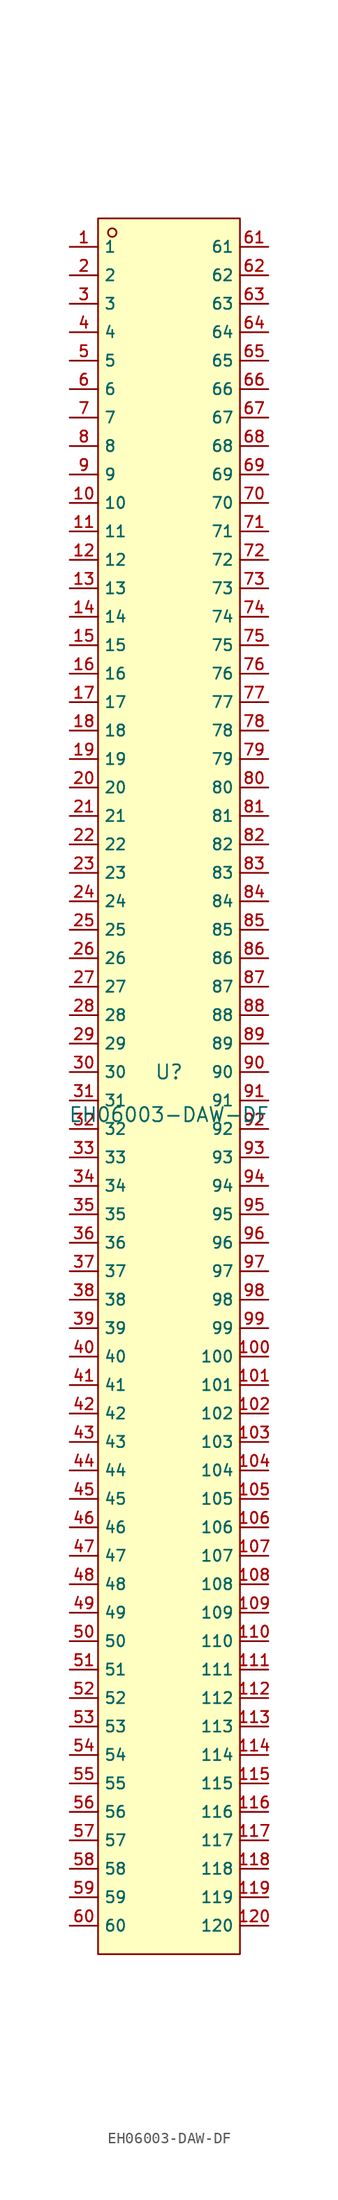
<source format=kicad_sym>
(kicad_symbol_lib
  (version 20210201)
  (generator TousstNicolas/JLC2KiCad_lib)
  (symbol "EH06003-DAW-DF"
    (property "Reference" "U"
      (at 0 1.27 0)
      (effects (font (size 1.27 1.27))))
    (property "Value" "EH06003-DAW-DF"
      (at 0 -2.54 0)
      (effects (font (size 1.27 1.27))))
    (symbol "EH06003-DAW-DF_0_1"
      (rectangle (start -6.35 77.47) (end 6.35 -77.47) (stroke (width 0) (type default) (color 0 0 0 0)) (fill (type background)))
      (circle (center -5.08 76.2) (radius 0.381) (stroke (width 0) (type default) (color 0 0 0 0)) (fill (type background)))
      (pin unspecified line (at -8.89 74.93 0) (length 2.54) (name "1" (effects (font (size 1 1)))) (number "1" (effects (font (size 1 1)))))
      (pin unspecified line (at -8.89 72.39 0) (length 2.54) (name "2" (effects (font (size 1 1)))) (number "2" (effects (font (size 1 1)))))
      (pin unspecified line (at -8.89 69.85 0) (length 2.54) (name "3" (effects (font (size 1 1)))) (number "3" (effects (font (size 1 1)))))
      (pin unspecified line (at -8.89 67.31 0) (length 2.54) (name "4" (effects (font (size 1 1)))) (number "4" (effects (font (size 1 1)))))
      (pin unspecified line (at -8.89 64.77 0) (length 2.54) (name "5" (effects (font (size 1 1)))) (number "5" (effects (font (size 1 1)))))
      (pin unspecified line (at -8.89 62.23 0) (length 2.54) (name "6" (effects (font (size 1 1)))) (number "6" (effects (font (size 1 1)))))
      (pin unspecified line (at -8.89 59.69 0) (length 2.54) (name "7" (effects (font (size 1 1)))) (number "7" (effects (font (size 1 1)))))
      (pin unspecified line (at -8.89 57.15 0) (length 2.54) (name "8" (effects (font (size 1 1)))) (number "8" (effects (font (size 1 1)))))
      (pin unspecified line (at -8.89 54.61 0) (length 2.54) (name "9" (effects (font (size 1 1)))) (number "9" (effects (font (size 1 1)))))
      (pin unspecified line (at -8.89 52.07 0) (length 2.54) (name "10" (effects (font (size 1 1)))) (number "10" (effects (font (size 1 1)))))
      (pin unspecified line (at -8.89 49.53 0) (length 2.54) (name "11" (effects (font (size 1 1)))) (number "11" (effects (font (size 1 1)))))
      (pin unspecified line (at -8.89 46.99 0) (length 2.54) (name "12" (effects (font (size 1 1)))) (number "12" (effects (font (size 1 1)))))
      (pin unspecified line (at -8.89 44.45 0) (length 2.54) (name "13" (effects (font (size 1 1)))) (number "13" (effects (font (size 1 1)))))
      (pin unspecified line (at -8.89 41.91 0) (length 2.54) (name "14" (effects (font (size 1 1)))) (number "14" (effects (font (size 1 1)))))
      (pin unspecified line (at -8.89 39.37 0) (length 2.54) (name "15" (effects (font (size 1 1)))) (number "15" (effects (font (size 1 1)))))
      (pin unspecified line (at -8.89 36.83 0) (length 2.54) (name "16" (effects (font (size 1 1)))) (number "16" (effects (font (size 1 1)))))
      (pin unspecified line (at -8.89 34.29 0) (length 2.54) (name "17" (effects (font (size 1 1)))) (number "17" (effects (font (size 1 1)))))
      (pin unspecified line (at -8.89 31.75 0) (length 2.54) (name "18" (effects (font (size 1 1)))) (number "18" (effects (font (size 1 1)))))
      (pin unspecified line (at -8.89 29.21 0) (length 2.54) (name "19" (effects (font (size 1 1)))) (number "19" (effects (font (size 1 1)))))
      (pin unspecified line (at -8.89 26.67 0) (length 2.54) (name "20" (effects (font (size 1 1)))) (number "20" (effects (font (size 1 1)))))
      (pin unspecified line (at -8.89 24.13 0) (length 2.54) (name "21" (effects (font (size 1 1)))) (number "21" (effects (font (size 1 1)))))
      (pin unspecified line (at -8.89 21.59 0) (length 2.54) (name "22" (effects (font (size 1 1)))) (number "22" (effects (font (size 1 1)))))
      (pin unspecified line (at -8.89 19.05 0) (length 2.54) (name "23" (effects (font (size 1 1)))) (number "23" (effects (font (size 1 1)))))
      (pin unspecified line (at -8.89 16.51 0) (length 2.54) (name "24" (effects (font (size 1 1)))) (number "24" (effects (font (size 1 1)))))
      (pin unspecified line (at -8.89 13.97 0) (length 2.54) (name "25" (effects (font (size 1 1)))) (number "25" (effects (font (size 1 1)))))
      (pin unspecified line (at -8.89 11.43 0) (length 2.54) (name "26" (effects (font (size 1 1)))) (number "26" (effects (font (size 1 1)))))
      (pin unspecified line (at -8.89 8.89 0) (length 2.54) (name "27" (effects (font (size 1 1)))) (number "27" (effects (font (size 1 1)))))
      (pin unspecified line (at -8.89 6.35 0) (length 2.54) (name "28" (effects (font (size 1 1)))) (number "28" (effects (font (size 1 1)))))
      (pin unspecified line (at -8.89 3.81 0) (length 2.54) (name "29" (effects (font (size 1 1)))) (number "29" (effects (font (size 1 1)))))
      (pin unspecified line (at -8.89 1.27 0) (length 2.54) (name "30" (effects (font (size 1 1)))) (number "30" (effects (font (size 1 1)))))
      (pin unspecified line (at -8.89 -1.27 0) (length 2.54) (name "31" (effects (font (size 1 1)))) (number "31" (effects (font (size 1 1)))))
      (pin unspecified line (at -8.89 -3.81 0) (length 2.54) (name "32" (effects (font (size 1 1)))) (number "32" (effects (font (size 1 1)))))
      (pin unspecified line (at -8.89 -6.35 0) (length 2.54) (name "33" (effects (font (size 1 1)))) (number "33" (effects (font (size 1 1)))))
      (pin unspecified line (at -8.89 -8.89 0) (length 2.54) (name "34" (effects (font (size 1 1)))) (number "34" (effects (font (size 1 1)))))
      (pin unspecified line (at -8.89 -11.43 0) (length 2.54) (name "35" (effects (font (size 1 1)))) (number "35" (effects (font (size 1 1)))))
      (pin unspecified line (at -8.89 -13.97 0) (length 2.54) (name "36" (effects (font (size 1 1)))) (number "36" (effects (font (size 1 1)))))
      (pin unspecified line (at -8.89 -16.51 0) (length 2.54) (name "37" (effects (font (size 1 1)))) (number "37" (effects (font (size 1 1)))))
      (pin unspecified line (at -8.89 -19.05 0) (length 2.54) (name "38" (effects (font (size 1 1)))) (number "38" (effects (font (size 1 1)))))
      (pin unspecified line (at -8.89 -21.59 0) (length 2.54) (name "39" (effects (font (size 1 1)))) (number "39" (effects (font (size 1 1)))))
      (pin unspecified line (at -8.89 -24.13 0) (length 2.54) (name "40" (effects (font (size 1 1)))) (number "40" (effects (font (size 1 1)))))
      (pin unspecified line (at -8.89 -26.67 0) (length 2.54) (name "41" (effects (font (size 1 1)))) (number "41" (effects (font (size 1 1)))))
      (pin unspecified line (at -8.89 -29.21 0) (length 2.54) (name "42" (effects (font (size 1 1)))) (number "42" (effects (font (size 1 1)))))
      (pin unspecified line (at -8.89 -31.75 0) (length 2.54) (name "43" (effects (font (size 1 1)))) (number "43" (effects (font (size 1 1)))))
      (pin unspecified line (at -8.89 -34.29 0) (length 2.54) (name "44" (effects (font (size 1 1)))) (number "44" (effects (font (size 1 1)))))
      (pin unspecified line (at -8.89 -36.83 0) (length 2.54) (name "45" (effects (font (size 1 1)))) (number "45" (effects (font (size 1 1)))))
      (pin unspecified line (at -8.89 -39.37 0) (length 2.54) (name "46" (effects (font (size 1 1)))) (number "46" (effects (font (size 1 1)))))
      (pin unspecified line (at -8.89 -41.91 0) (length 2.54) (name "47" (effects (font (size 1 1)))) (number "47" (effects (font (size 1 1)))))
      (pin unspecified line (at -8.89 -44.45 0) (length 2.54) (name "48" (effects (font (size 1 1)))) (number "48" (effects (font (size 1 1)))))
      (pin unspecified line (at -8.89 -46.99 0) (length 2.54) (name "49" (effects (font (size 1 1)))) (number "49" (effects (font (size 1 1)))))
      (pin unspecified line (at -8.89 -49.53 0) (length 2.54) (name "50" (effects (font (size 1 1)))) (number "50" (effects (font (size 1 1)))))
      (pin unspecified line (at -8.89 -52.07 0) (length 2.54) (name "51" (effects (font (size 1 1)))) (number "51" (effects (font (size 1 1)))))
      (pin unspecified line (at -8.89 -54.61 0) (length 2.54) (name "52" (effects (font (size 1 1)))) (number "52" (effects (font (size 1 1)))))
      (pin unspecified line (at -8.89 -57.15 0) (length 2.54) (name "53" (effects (font (size 1 1)))) (number "53" (effects (font (size 1 1)))))
      (pin unspecified line (at -8.89 -59.69 0) (length 2.54) (name "54" (effects (font (size 1 1)))) (number "54" (effects (font (size 1 1)))))
      (pin unspecified line (at -8.89 -62.23 0) (length 2.54) (name "55" (effects (font (size 1 1)))) (number "55" (effects (font (size 1 1)))))
      (pin unspecified line (at -8.89 -64.77 0) (length 2.54) (name "56" (effects (font (size 1 1)))) (number "56" (effects (font (size 1 1)))))
      (pin unspecified line (at -8.89 -67.31 0) (length 2.54) (name "57" (effects (font (size 1 1)))) (number "57" (effects (font (size 1 1)))))
      (pin unspecified line (at -8.89 -69.85 0) (length 2.54) (name "58" (effects (font (size 1 1)))) (number "58" (effects (font (size 1 1)))))
      (pin unspecified line (at -8.89 -72.39 0) (length 2.54) (name "59" (effects (font (size 1 1)))) (number "59" (effects (font (size 1 1)))))
      (pin unspecified line (at -8.89 -74.93 0) (length 2.54) (name "60" (effects (font (size 1 1)))) (number "60" (effects (font (size 1 1)))))
      (pin unspecified line (at 8.89 74.93 180) (length 2.54) (name "61" (effects (font (size 1 1)))) (number "61" (effects (font (size 1 1)))))
      (pin unspecified line (at 8.89 72.39 180) (length 2.54) (name "62" (effects (font (size 1 1)))) (number "62" (effects (font (size 1 1)))))
      (pin unspecified line (at 8.89 69.85 180) (length 2.54) (name "63" (effects (font (size 1 1)))) (number "63" (effects (font (size 1 1)))))
      (pin unspecified line (at 8.89 67.31 180) (length 2.54) (name "64" (effects (font (size 1 1)))) (number "64" (effects (font (size 1 1)))))
      (pin unspecified line (at 8.89 64.77 180) (length 2.54) (name "65" (effects (font (size 1 1)))) (number "65" (effects (font (size 1 1)))))
      (pin unspecified line (at 8.89 62.23 180) (length 2.54) (name "66" (effects (font (size 1 1)))) (number "66" (effects (font (size 1 1)))))
      (pin unspecified line (at 8.89 59.69 180) (length 2.54) (name "67" (effects (font (size 1 1)))) (number "67" (effects (font (size 1 1)))))
      (pin unspecified line (at 8.89 57.15 180) (length 2.54) (name "68" (effects (font (size 1 1)))) (number "68" (effects (font (size 1 1)))))
      (pin unspecified line (at 8.89 54.61 180) (length 2.54) (name "69" (effects (font (size 1 1)))) (number "69" (effects (font (size 1 1)))))
      (pin unspecified line (at 8.89 52.07 180) (length 2.54) (name "70" (effects (font (size 1 1)))) (number "70" (effects (font (size 1 1)))))
      (pin unspecified line (at 8.89 49.53 180) (length 2.54) (name "71" (effects (font (size 1 1)))) (number "71" (effects (font (size 1 1)))))
      (pin unspecified line (at 8.89 46.99 180) (length 2.54) (name "72" (effects (font (size 1 1)))) (number "72" (effects (font (size 1 1)))))
      (pin unspecified line (at 8.89 44.45 180) (length 2.54) (name "73" (effects (font (size 1 1)))) (number "73" (effects (font (size 1 1)))))
      (pin unspecified line (at 8.89 41.91 180) (length 2.54) (name "74" (effects (font (size 1 1)))) (number "74" (effects (font (size 1 1)))))
      (pin unspecified line (at 8.89 39.37 180) (length 2.54) (name "75" (effects (font (size 1 1)))) (number "75" (effects (font (size 1 1)))))
      (pin unspecified line (at 8.89 36.83 180) (length 2.54) (name "76" (effects (font (size 1 1)))) (number "76" (effects (font (size 1 1)))))
      (pin unspecified line (at 8.89 34.29 180) (length 2.54) (name "77" (effects (font (size 1 1)))) (number "77" (effects (font (size 1 1)))))
      (pin unspecified line (at 8.89 31.75 180) (length 2.54) (name "78" (effects (font (size 1 1)))) (number "78" (effects (font (size 1 1)))))
      (pin unspecified line (at 8.89 29.21 180) (length 2.54) (name "79" (effects (font (size 1 1)))) (number "79" (effects (font (size 1 1)))))
      (pin unspecified line (at 8.89 26.67 180) (length 2.54) (name "80" (effects (font (size 1 1)))) (number "80" (effects (font (size 1 1)))))
      (pin unspecified line (at 8.89 24.13 180) (length 2.54) (name "81" (effects (font (size 1 1)))) (number "81" (effects (font (size 1 1)))))
      (pin unspecified line (at 8.89 21.59 180) (length 2.54) (name "82" (effects (font (size 1 1)))) (number "82" (effects (font (size 1 1)))))
      (pin unspecified line (at 8.89 19.05 180) (length 2.54) (name "83" (effects (font (size 1 1)))) (number "83" (effects (font (size 1 1)))))
      (pin unspecified line (at 8.89 16.51 180) (length 2.54) (name "84" (effects (font (size 1 1)))) (number "84" (effects (font (size 1 1)))))
      (pin unspecified line (at 8.89 13.97 180) (length 2.54) (name "85" (effects (font (size 1 1)))) (number "85" (effects (font (size 1 1)))))
      (pin unspecified line (at 8.89 11.43 180) (length 2.54) (name "86" (effects (font (size 1 1)))) (number "86" (effects (font (size 1 1)))))
      (pin unspecified line (at 8.89 8.89 180) (length 2.54) (name "87" (effects (font (size 1 1)))) (number "87" (effects (font (size 1 1)))))
      (pin unspecified line (at 8.89 6.35 180) (length 2.54) (name "88" (effects (font (size 1 1)))) (number "88" (effects (font (size 1 1)))))
      (pin unspecified line (at 8.89 3.81 180) (length 2.54) (name "89" (effects (font (size 1 1)))) (number "89" (effects (font (size 1 1)))))
      (pin unspecified line (at 8.89 1.27 180) (length 2.54) (name "90" (effects (font (size 1 1)))) (number "90" (effects (font (size 1 1)))))
      (pin unspecified line (at 8.89 -1.27 180) (length 2.54) (name "91" (effects (font (size 1 1)))) (number "91" (effects (font (size 1 1)))))
      (pin unspecified line (at 8.89 -3.81 180) (length 2.54) (name "92" (effects (font (size 1 1)))) (number "92" (effects (font (size 1 1)))))
      (pin unspecified line (at 8.89 -6.35 180) (length 2.54) (name "93" (effects (font (size 1 1)))) (number "93" (effects (font (size 1 1)))))
      (pin unspecified line (at 8.89 -8.89 180) (length 2.54) (name "94" (effects (font (size 1 1)))) (number "94" (effects (font (size 1 1)))))
      (pin unspecified line (at 8.89 -11.43 180) (length 2.54) (name "95" (effects (font (size 1 1)))) (number "95" (effects (font (size 1 1)))))
      (pin unspecified line (at 8.89 -13.97 180) (length 2.54) (name "96" (effects (font (size 1 1)))) (number "96" (effects (font (size 1 1)))))
      (pin unspecified line (at 8.89 -16.51 180) (length 2.54) (name "97" (effects (font (size 1 1)))) (number "97" (effects (font (size 1 1)))))
      (pin unspecified line (at 8.89 -19.05 180) (length 2.54) (name "98" (effects (font (size 1 1)))) (number "98" (effects (font (size 1 1)))))
      (pin unspecified line (at 8.89 -21.59 180) (length 2.54) (name "99" (effects (font (size 1 1)))) (number "99" (effects (font (size 1 1)))))
      (pin unspecified line (at 8.89 -24.13 180) (length 2.54) (name "100" (effects (font (size 1 1)))) (number "100" (effects (font (size 1 1)))))
      (pin unspecified line (at 8.89 -26.67 180) (length 2.54) (name "101" (effects (font (size 1 1)))) (number "101" (effects (font (size 1 1)))))
      (pin unspecified line (at 8.89 -29.21 180) (length 2.54) (name "102" (effects (font (size 1 1)))) (number "102" (effects (font (size 1 1)))))
      (pin unspecified line (at 8.89 -31.75 180) (length 2.54) (name "103" (effects (font (size 1 1)))) (number "103" (effects (font (size 1 1)))))
      (pin unspecified line (at 8.89 -34.29 180) (length 2.54) (name "104" (effects (font (size 1 1)))) (number "104" (effects (font (size 1 1)))))
      (pin unspecified line (at 8.89 -36.83 180) (length 2.54) (name "105" (effects (font (size 1 1)))) (number "105" (effects (font (size 1 1)))))
      (pin unspecified line (at 8.89 -39.37 180) (length 2.54) (name "106" (effects (font (size 1 1)))) (number "106" (effects (font (size 1 1)))))
      (pin unspecified line (at 8.89 -41.91 180) (length 2.54) (name "107" (effects (font (size 1 1)))) (number "107" (effects (font (size 1 1)))))
      (pin unspecified line (at 8.89 -44.45 180) (length 2.54) (name "108" (effects (font (size 1 1)))) (number "108" (effects (font (size 1 1)))))
      (pin unspecified line (at 8.89 -46.99 180) (length 2.54) (name "109" (effects (font (size 1 1)))) (number "109" (effects (font (size 1 1)))))
      (pin unspecified line (at 8.89 -49.53 180) (length 2.54) (name "110" (effects (font (size 1 1)))) (number "110" (effects (font (size 1 1)))))
      (pin unspecified line (at 8.89 -52.07 180) (length 2.54) (name "111" (effects (font (size 1 1)))) (number "111" (effects (font (size 1 1)))))
      (pin unspecified line (at 8.89 -54.61 180) (length 2.54) (name "112" (effects (font (size 1 1)))) (number "112" (effects (font (size 1 1)))))
      (pin unspecified line (at 8.89 -57.15 180) (length 2.54) (name "113" (effects (font (size 1 1)))) (number "113" (effects (font (size 1 1)))))
      (pin unspecified line (at 8.89 -59.69 180) (length 2.54) (name "114" (effects (font (size 1 1)))) (number "114" (effects (font (size 1 1)))))
      (pin unspecified line (at 8.89 -62.23 180) (length 2.54) (name "115" (effects (font (size 1 1)))) (number "115" (effects (font (size 1 1)))))
      (pin unspecified line (at 8.89 -64.77 180) (length 2.54) (name "116" (effects (font (size 1 1)))) (number "116" (effects (font (size 1 1)))))
      (pin unspecified line (at 8.89 -67.31 180) (length 2.54) (name "117" (effects (font (size 1 1)))) (number "117" (effects (font (size 1 1)))))
      (pin unspecified line (at 8.89 -69.85 180) (length 2.54) (name "118" (effects (font (size 1 1)))) (number "118" (effects (font (size 1 1)))))
      (pin unspecified line (at 8.89 -72.39 180) (length 2.54) (name "119" (effects (font (size 1 1)))) (number "119" (effects (font (size 1 1)))))
      (pin unspecified line (at 8.89 -74.93 180) (length 2.54) (name "120" (effects (font (size 1 1)))) (number "120" (effects (font (size 1 1))))))))
</source>
